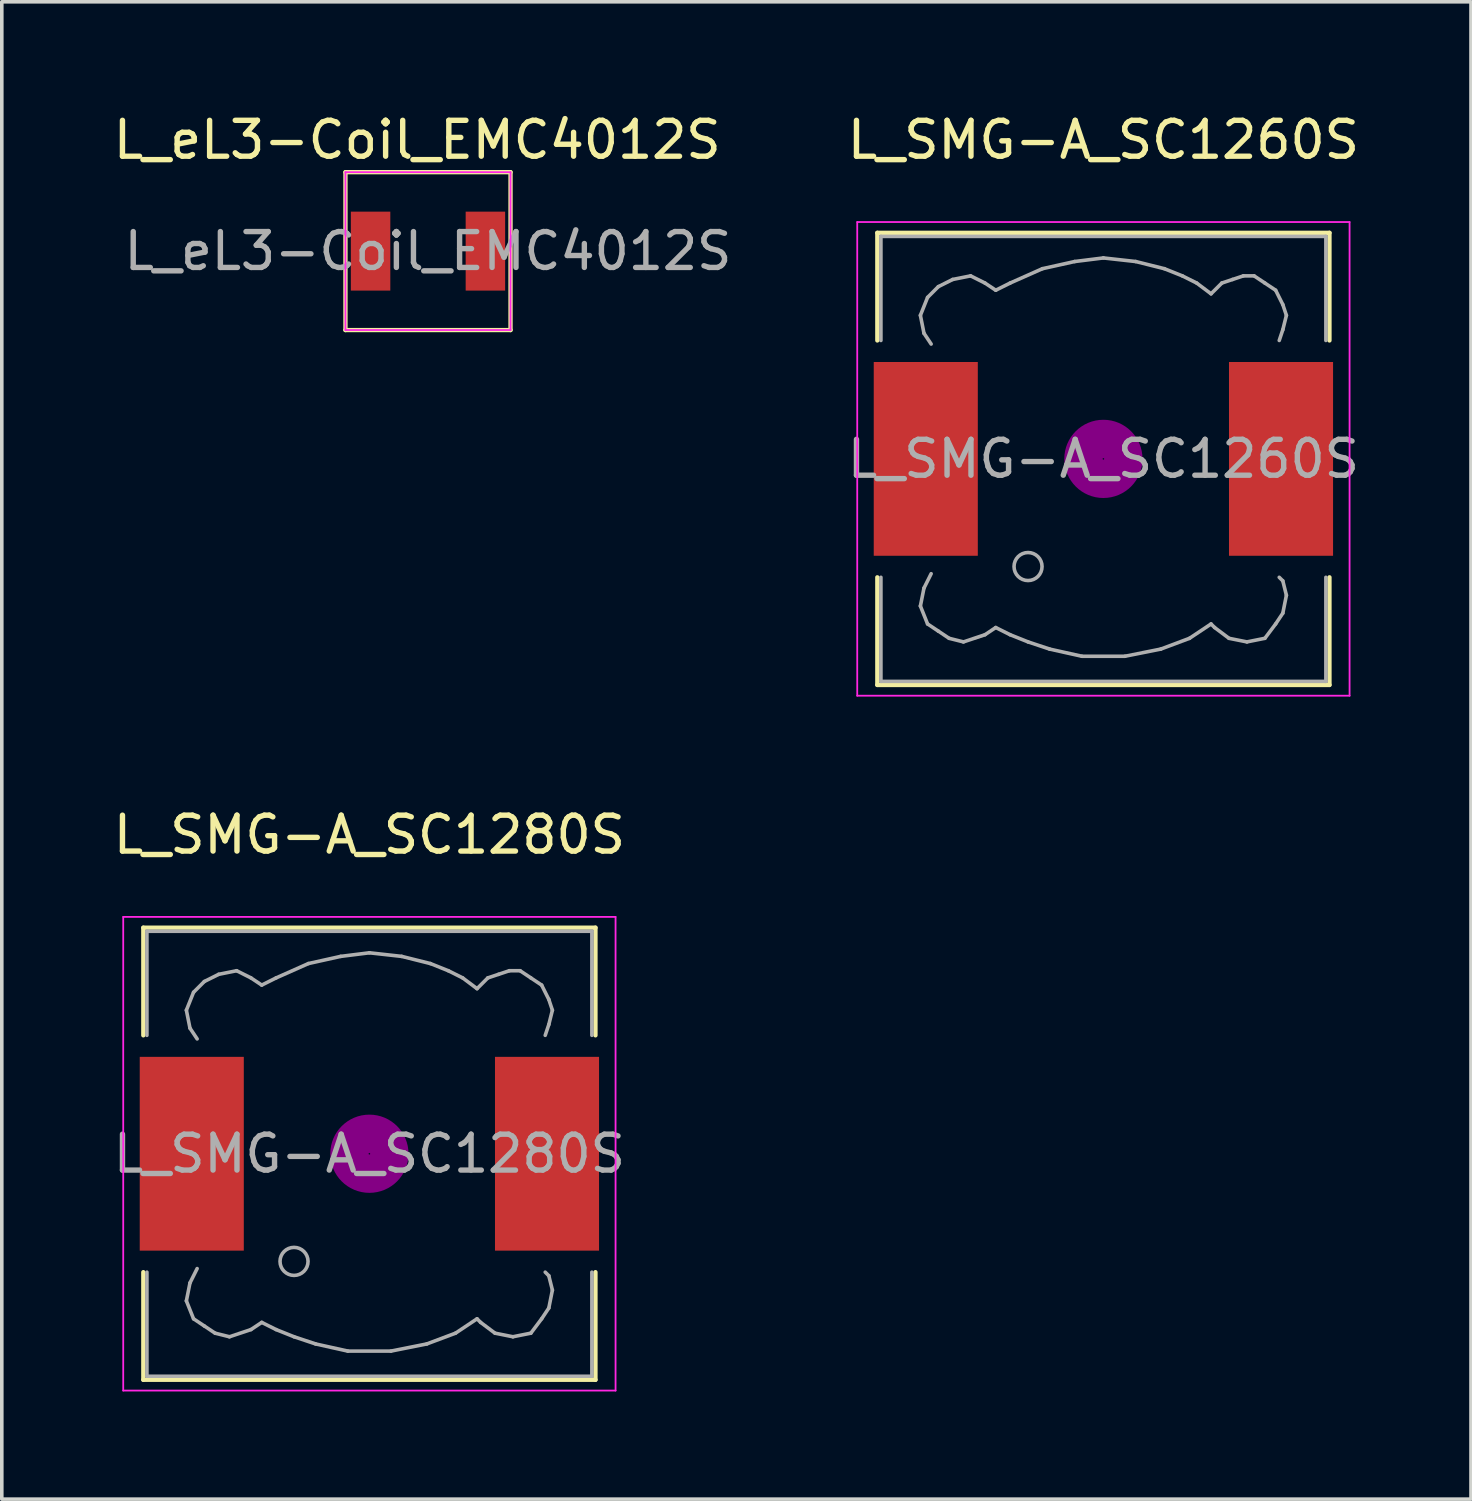
<source format=kicad_pcb>
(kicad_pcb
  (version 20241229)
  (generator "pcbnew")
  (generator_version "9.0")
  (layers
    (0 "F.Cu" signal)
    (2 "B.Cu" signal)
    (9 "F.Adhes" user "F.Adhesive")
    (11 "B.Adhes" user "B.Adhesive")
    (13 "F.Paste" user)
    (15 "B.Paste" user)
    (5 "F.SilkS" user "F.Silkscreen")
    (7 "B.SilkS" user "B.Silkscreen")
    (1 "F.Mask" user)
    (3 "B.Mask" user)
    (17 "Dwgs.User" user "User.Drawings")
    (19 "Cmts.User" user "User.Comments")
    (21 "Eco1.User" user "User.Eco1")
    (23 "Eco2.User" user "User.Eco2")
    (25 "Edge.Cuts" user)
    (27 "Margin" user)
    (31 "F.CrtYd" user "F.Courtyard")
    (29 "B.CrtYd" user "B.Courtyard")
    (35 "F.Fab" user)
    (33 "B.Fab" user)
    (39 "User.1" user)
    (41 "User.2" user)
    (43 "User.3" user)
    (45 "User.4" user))
  (footprint "L_eL3-Coil_EMC4012S"
    (layer "F.Cu")
    (at 8.877 3.948)
    (property "Reference" "L_eL3-Coil_EMC4012S" (at -0.3 -3.1 0) (layer "F.SilkS") (effects (font (size 1 1) (thickness 0.15))))
    (attr smd)
    (fp_line (start -2.3 -2.2) (end 2.3 -2.2) (stroke (width 0.12) (type solid)) (layer "F.SilkS"))
    (fp_line (start -2.3 2.2) (end -2.3 -2.2) (stroke (width 0.12) (type solid)) (layer "F.SilkS"))
    (fp_line (start -2.3 2.2) (end 2.3 2.2) (stroke (width 0.12) (type solid)) (layer "F.SilkS"))
    (fp_line (start 2.3 -2.2) (end 2.3 2.2) (stroke (width 0.12) (type solid)) (layer "F.SilkS"))
    (fp_line (start -2.3 -2.2) (end 2.3 -2.2) (stroke (width 0.05) (type solid)) (layer "F.CrtYd"))
    (fp_line (start -2.3 2.2) (end -2.3 -2.2) (stroke (width 0.05) (type solid)) (layer "F.CrtYd"))
    (fp_line (start 2.3 -2.2) (end 2.3 2.2) (stroke (width 0.05) (type solid)) (layer "F.CrtYd"))
    (fp_line (start 2.3 2.2) (end -2.3 2.2) (stroke (width 0.05) (type solid)) (layer "F.CrtYd"))
    (fp_text user "${REFERENCE}" (at 0 0 0) (layer "F.Fab") (effects (font (size 1 1) (thickness 0.15))))
    (pad "1" smd rect (at -1.6 0) (size 1.1 2.2) (layers "F.Cu" "F.Mask" "F.Paste"))
    (pad "2" smd rect (at 1.6 0) (size 1.1 2.2) (layers "F.Cu" "F.Mask" "F.Paste")))
  (footprint "L_SMG-A_SC1280S"
    (layer "F.Cu")
    (at 7.244 29.102)
    (property "Reference" "L_SMG-A_SC1280S" (at 0 -8.89 0) (layer "F.SilkS") (effects (font (size 1 1) (thickness 0.15))))
    (attr smd)
    (fp_line (start -6.3 -6.3) (end 6.3 -6.3) (stroke (width 0.12) (type solid)) (layer "F.SilkS"))
    (fp_line (start -6.3 -3.3) (end -6.3 -6.3) (stroke (width 0.12) (type solid)) (layer "F.SilkS"))
    (fp_line (start -6.3 6.3) (end -6.3 3.3) (stroke (width 0.12) (type solid)) (layer "F.SilkS"))
    (fp_line (start 6.3 -6.3) (end 6.3 -3.3) (stroke (width 0.12) (type solid)) (layer "F.SilkS"))
    (fp_line (start 6.3 3.3) (end 6.3 6.3) (stroke (width 0.12) (type solid)) (layer "F.SilkS"))
    (fp_line (start 6.3 6.3) (end -6.3 6.3) (stroke (width 0.12) (type solid)) (layer "F.SilkS"))
    (fp_circle (center 0 0) (end 0.15 0.15) (stroke (width 0.38) (type solid)) (fill no) (layer "F.Adhes"))
    (fp_circle (center 0 0) (end 0.55 0) (stroke (width 0.38) (type solid)) (fill no) (layer "F.Adhes"))
    (fp_circle (center 0 0) (end 0.9 0) (stroke (width 0.38) (type solid)) (fill no) (layer "F.Adhes"))
    (fp_line (start -6.86 -6.6) (end 6.86 -6.6) (stroke (width 0.05) (type solid)) (layer "F.CrtYd"))
    (fp_line (start -6.86 6.6) (end -6.86 -6.6) (stroke (width 0.05) (type solid)) (layer "F.CrtYd"))
    (fp_line (start 6.86 -6.6) (end 6.86 6.6) (stroke (width 0.05) (type solid)) (layer "F.CrtYd"))
    (fp_line (start 6.86 6.6) (end -6.86 6.6) (stroke (width 0.05) (type solid)) (layer "F.CrtYd"))
    (fp_line (start -6.2 -6.2) (end -6.2 -3.3) (stroke (width 0.1) (type solid)) (layer "F.Fab"))
    (fp_line (start -6.2 3.3) (end -6.2 6.2) (stroke (width 0.1) (type solid)) (layer "F.Fab"))
    (fp_line (start -6.2 6.2) (end 6.2 6.2) (stroke (width 0.1) (type solid)) (layer "F.Fab"))
    (fp_line (start -5.1 -4) (end -5 -3.5) (stroke (width 0.1) (type solid)) (layer "F.Fab"))
    (fp_line (start -5.1 4.1) (end -5 3.6) (stroke (width 0.1) (type solid)) (layer "F.Fab"))
    (fp_line (start -5 -3.5) (end -4.8 -3.2) (stroke (width 0.1) (type solid)) (layer "F.Fab"))
    (fp_line (start -5 3.6) (end -4.8 3.2) (stroke (width 0.1) (type solid)) (layer "F.Fab"))
    (fp_line (start -4.9 -4.5) (end -5.1 -4) (stroke (width 0.1) (type solid)) (layer "F.Fab"))
    (fp_line (start -4.9 4.6) (end -5.1 4.1) (stroke (width 0.1) (type solid)) (layer "F.Fab"))
    (fp_line (start -4.6 -4.8) (end -4.9 -4.5) (stroke (width 0.1) (type solid)) (layer "F.Fab"))
    (fp_line (start -4.6 4.8) (end -4.9 4.6) (stroke (width 0.1) (type solid)) (layer "F.Fab"))
    (fp_line (start -4.3 5) (end -4.6 4.8) (stroke (width 0.1) (type solid)) (layer "F.Fab"))
    (fp_line (start -4.2 -5) (end -4.6 -4.8) (stroke (width 0.1) (type solid)) (layer "F.Fab"))
    (fp_line (start -3.9 5.1) (end -4.3 5) (stroke (width 0.1) (type solid)) (layer "F.Fab"))
    (fp_line (start -3.7 -5.1) (end -4.2 -5) (stroke (width 0.1) (type solid)) (layer "F.Fab"))
    (fp_line (start -3.3 -4.9) (end -3.7 -5.1) (stroke (width 0.1) (type solid)) (layer "F.Fab"))
    (fp_line (start -3.3 4.9) (end -3.9 5.1) (stroke (width 0.1) (type solid)) (layer "F.Fab"))
    (fp_line (start -3 -4.7) (end -3.3 -4.9) (stroke (width 0.1) (type solid)) (layer "F.Fab"))
    (fp_line (start -3 4.7) (end -3.3 4.9) (stroke (width 0.1) (type solid)) (layer "F.Fab"))
    (fp_line (start -2.6 -4.9) (end -3 -4.7) (stroke (width 0.1) (type solid)) (layer "F.Fab"))
    (fp_line (start -2.6 4.9) (end -3 4.7) (stroke (width 0.1) (type solid)) (layer "F.Fab"))
    (fp_line (start -2.1 5.1) (end -2.6 4.9) (stroke (width 0.1) (type solid)) (layer "F.Fab"))
    (fp_line (start -1.7 -5.3) (end -2.6 -4.9) (stroke (width 0.1) (type solid)) (layer "F.Fab"))
    (fp_line (start -1.5 5.3) (end -2.1 5.1) (stroke (width 0.1) (type solid)) (layer "F.Fab"))
    (fp_line (start -0.8 -5.5) (end -1.7 -5.3) (stroke (width 0.1) (type solid)) (layer "F.Fab"))
    (fp_line (start -0.6 5.5) (end -1.5 5.3) (stroke (width 0.1) (type solid)) (layer "F.Fab"))
    (fp_line (start 0 -5.6) (end -0.8 -5.5) (stroke (width 0.1) (type solid)) (layer "F.Fab"))
    (fp_line (start 0.6 5.5) (end -0.6 5.5) (stroke (width 0.1) (type solid)) (layer "F.Fab"))
    (fp_line (start 0.9 -5.5) (end 0 -5.6) (stroke (width 0.1) (type solid)) (layer "F.Fab"))
    (fp_line (start 1.6 5.3) (end 0.6 5.5) (stroke (width 0.1) (type solid)) (layer "F.Fab"))
    (fp_line (start 1.7 -5.3) (end 0.9 -5.5) (stroke (width 0.1) (type solid)) (layer "F.Fab"))
    (fp_line (start 2.2 -5.1) (end 1.7 -5.3) (stroke (width 0.1) (type solid)) (layer "F.Fab"))
    (fp_line (start 2.4 5) (end 1.6 5.3) (stroke (width 0.1) (type solid)) (layer "F.Fab"))
    (fp_line (start 2.6 -4.9) (end 2.2 -5.1) (stroke (width 0.1) (type solid)) (layer "F.Fab"))
    (fp_line (start 3 -4.6) (end 2.6 -4.9) (stroke (width 0.1) (type solid)) (layer "F.Fab"))
    (fp_line (start 3 4.6) (end 2.4 5) (stroke (width 0.1) (type solid)) (layer "F.Fab"))
    (fp_line (start 3.1 4.7) (end 3 4.6) (stroke (width 0.1) (type solid)) (layer "F.Fab"))
    (fp_line (start 3.3 -4.9) (end 3 -4.6) (stroke (width 0.1) (type solid)) (layer "F.Fab"))
    (fp_line (start 3.5 5) (end 3.1 4.7) (stroke (width 0.1) (type solid)) (layer "F.Fab"))
    (fp_line (start 3.6 -5) (end 3.3 -4.9) (stroke (width 0.1) (type solid)) (layer "F.Fab"))
    (fp_line (start 3.9 -5.1) (end 3.6 -5) (stroke (width 0.1) (type solid)) (layer "F.Fab"))
    (fp_line (start 4 5.1) (end 3.5 5) (stroke (width 0.1) (type solid)) (layer "F.Fab"))
    (fp_line (start 4.2 -5.1) (end 3.9 -5.1) (stroke (width 0.1) (type solid)) (layer "F.Fab"))
    (fp_line (start 4.5 -4.9) (end 4.2 -5.1) (stroke (width 0.1) (type solid)) (layer "F.Fab"))
    (fp_line (start 4.5 5) (end 4 5.1) (stroke (width 0.1) (type solid)) (layer "F.Fab"))
    (fp_line (start 4.8 -4.7) (end 4.5 -4.9) (stroke (width 0.1) (type solid)) (layer "F.Fab"))
    (fp_line (start 4.8 4.6) (end 4.5 5) (stroke (width 0.1) (type solid)) (layer "F.Fab"))
    (fp_line (start 4.9 -3.3) (end 5 -3.6) (stroke (width 0.1) (type solid)) (layer "F.Fab"))
    (fp_line (start 4.9 3.3) (end 5 3.4) (stroke (width 0.1) (type solid)) (layer "F.Fab"))
    (fp_line (start 5 -4.3) (end 4.8 -4.7) (stroke (width 0.1) (type solid)) (layer "F.Fab"))
    (fp_line (start 5 -3.6) (end 5.1 -4) (stroke (width 0.1) (type solid)) (layer "F.Fab"))
    (fp_line (start 5 3.4) (end 5.1 3.8) (stroke (width 0.1) (type solid)) (layer "F.Fab"))
    (fp_line (start 5 4.3) (end 4.8 4.6) (stroke (width 0.1) (type solid)) (layer "F.Fab"))
    (fp_line (start 5.1 -4) (end 5 -4.3) (stroke (width 0.1) (type solid)) (layer "F.Fab"))
    (fp_line (start 5.1 3.8) (end 5 4.3) (stroke (width 0.1) (type solid)) (layer "F.Fab"))
    (fp_line (start 6.2 -6.2) (end -6.2 -6.2) (stroke (width 0.1) (type solid)) (layer "F.Fab"))
    (fp_line (start 6.2 -6.2) (end 6.2 -3.3) (stroke (width 0.1) (type solid)) (layer "F.Fab"))
    (fp_line (start 6.2 6.2) (end 6.2 3.3) (stroke (width 0.1) (type solid)) (layer "F.Fab"))
    (fp_circle (center -2.1 3) (end -1.8 3.25) (stroke (width 0.1) (type solid)) (fill no) (layer "F.Fab"))
    (fp_text user "${REFERENCE}" (at 0 0 0) (layer "F.Fab") (effects (font (size 1 1) (thickness 0.15))))
    (pad "1" smd rect (at -4.95 0) (size 2.9 5.4) (layers "F.Cu" "F.Mask" "F.Paste"))
    (pad "2" smd rect (at 4.95 0) (size 2.9 5.4) (layers "F.Cu" "F.Mask" "F.Paste")))
  (footprint "L_SMG-A_SC1260S"
    (layer "F.Cu")
    (at 27.699 9.738)
    (property "Reference" "L_SMG-A_SC1260S" (at 0 -8.89 0) (layer "F.SilkS") (effects (font (size 1 1) (thickness 0.15))))
    (attr smd)
    (fp_line (start -6.3 -6.3) (end 6.3 -6.3) (stroke (width 0.12) (type solid)) (layer "F.SilkS"))
    (fp_line (start -6.3 -3.3) (end -6.3 -6.3) (stroke (width 0.12) (type solid)) (layer "F.SilkS"))
    (fp_line (start -6.3 6.3) (end -6.3 3.3) (stroke (width 0.12) (type solid)) (layer "F.SilkS"))
    (fp_line (start 6.3 -6.3) (end 6.3 -3.3) (stroke (width 0.12) (type solid)) (layer "F.SilkS"))
    (fp_line (start 6.3 3.3) (end 6.3 6.3) (stroke (width 0.12) (type solid)) (layer "F.SilkS"))
    (fp_line (start 6.3 6.3) (end -6.3 6.3) (stroke (width 0.12) (type solid)) (layer "F.SilkS"))
    (fp_circle (center 0 0) (end 0.15 0.15) (stroke (width 0.38) (type solid)) (fill no) (layer "F.Adhes"))
    (fp_circle (center 0 0) (end 0.55 0) (stroke (width 0.38) (type solid)) (fill no) (layer "F.Adhes"))
    (fp_circle (center 0 0) (end 0.9 0) (stroke (width 0.38) (type solid)) (fill no) (layer "F.Adhes"))
    (fp_line (start -6.86 -6.6) (end 6.86 -6.6) (stroke (width 0.05) (type solid)) (layer "F.CrtYd"))
    (fp_line (start -6.86 6.6) (end -6.86 -6.6) (stroke (width 0.05) (type solid)) (layer "F.CrtYd"))
    (fp_line (start 6.86 -6.6) (end 6.86 6.6) (stroke (width 0.05) (type solid)) (layer "F.CrtYd"))
    (fp_line (start 6.86 6.6) (end -6.86 6.6) (stroke (width 0.05) (type solid)) (layer "F.CrtYd"))
    (fp_line (start -6.2 -6.2) (end -6.2 -3.3) (stroke (width 0.1) (type solid)) (layer "F.Fab"))
    (fp_line (start -6.2 3.3) (end -6.2 6.2) (stroke (width 0.1) (type solid)) (layer "F.Fab"))
    (fp_line (start -6.2 6.2) (end 6.2 6.2) (stroke (width 0.1) (type solid)) (layer "F.Fab"))
    (fp_line (start -5.1 -4) (end -5 -3.5) (stroke (width 0.1) (type solid)) (layer "F.Fab"))
    (fp_line (start -5.1 4.1) (end -5 3.6) (stroke (width 0.1) (type solid)) (layer "F.Fab"))
    (fp_line (start -5 -3.5) (end -4.8 -3.2) (stroke (width 0.1) (type solid)) (layer "F.Fab"))
    (fp_line (start -5 3.6) (end -4.8 3.2) (stroke (width 0.1) (type solid)) (layer "F.Fab"))
    (fp_line (start -4.9 -4.5) (end -5.1 -4) (stroke (width 0.1) (type solid)) (layer "F.Fab"))
    (fp_line (start -4.9 4.6) (end -5.1 4.1) (stroke (width 0.1) (type solid)) (layer "F.Fab"))
    (fp_line (start -4.6 -4.8) (end -4.9 -4.5) (stroke (width 0.1) (type solid)) (layer "F.Fab"))
    (fp_line (start -4.6 4.8) (end -4.9 4.6) (stroke (width 0.1) (type solid)) (layer "F.Fab"))
    (fp_line (start -4.3 5) (end -4.6 4.8) (stroke (width 0.1) (type solid)) (layer "F.Fab"))
    (fp_line (start -4.2 -5) (end -4.6 -4.8) (stroke (width 0.1) (type solid)) (layer "F.Fab"))
    (fp_line (start -3.9 5.1) (end -4.3 5) (stroke (width 0.1) (type solid)) (layer "F.Fab"))
    (fp_line (start -3.7 -5.1) (end -4.2 -5) (stroke (width 0.1) (type solid)) (layer "F.Fab"))
    (fp_line (start -3.3 -4.9) (end -3.7 -5.1) (stroke (width 0.1) (type solid)) (layer "F.Fab"))
    (fp_line (start -3.3 4.9) (end -3.9 5.1) (stroke (width 0.1) (type solid)) (layer "F.Fab"))
    (fp_line (start -3 -4.7) (end -3.3 -4.9) (stroke (width 0.1) (type solid)) (layer "F.Fab"))
    (fp_line (start -3 4.7) (end -3.3 4.9) (stroke (width 0.1) (type solid)) (layer "F.Fab"))
    (fp_line (start -2.6 -4.9) (end -3 -4.7) (stroke (width 0.1) (type solid)) (layer "F.Fab"))
    (fp_line (start -2.6 4.9) (end -3 4.7) (stroke (width 0.1) (type solid)) (layer "F.Fab"))
    (fp_line (start -2.1 5.1) (end -2.6 4.9) (stroke (width 0.1) (type solid)) (layer "F.Fab"))
    (fp_line (start -1.7 -5.3) (end -2.6 -4.9) (stroke (width 0.1) (type solid)) (layer "F.Fab"))
    (fp_line (start -1.5 5.3) (end -2.1 5.1) (stroke (width 0.1) (type solid)) (layer "F.Fab"))
    (fp_line (start -0.8 -5.5) (end -1.7 -5.3) (stroke (width 0.1) (type solid)) (layer "F.Fab"))
    (fp_line (start -0.6 5.5) (end -1.5 5.3) (stroke (width 0.1) (type solid)) (layer "F.Fab"))
    (fp_line (start 0 -5.6) (end -0.8 -5.5) (stroke (width 0.1) (type solid)) (layer "F.Fab"))
    (fp_line (start 0.6 5.5) (end -0.6 5.5) (stroke (width 0.1) (type solid)) (layer "F.Fab"))
    (fp_line (start 0.9 -5.5) (end 0 -5.6) (stroke (width 0.1) (type solid)) (layer "F.Fab"))
    (fp_line (start 1.6 5.3) (end 0.6 5.5) (stroke (width 0.1) (type solid)) (layer "F.Fab"))
    (fp_line (start 1.7 -5.3) (end 0.9 -5.5) (stroke (width 0.1) (type solid)) (layer "F.Fab"))
    (fp_line (start 2.2 -5.1) (end 1.7 -5.3) (stroke (width 0.1) (type solid)) (layer "F.Fab"))
    (fp_line (start 2.4 5) (end 1.6 5.3) (stroke (width 0.1) (type solid)) (layer "F.Fab"))
    (fp_line (start 2.6 -4.9) (end 2.2 -5.1) (stroke (width 0.1) (type solid)) (layer "F.Fab"))
    (fp_line (start 3 -4.6) (end 2.6 -4.9) (stroke (width 0.1) (type solid)) (layer "F.Fab"))
    (fp_line (start 3 4.6) (end 2.4 5) (stroke (width 0.1) (type solid)) (layer "F.Fab"))
    (fp_line (start 3.1 4.7) (end 3 4.6) (stroke (width 0.1) (type solid)) (layer "F.Fab"))
    (fp_line (start 3.3 -4.9) (end 3 -4.6) (stroke (width 0.1) (type solid)) (layer "F.Fab"))
    (fp_line (start 3.5 5) (end 3.1 4.7) (stroke (width 0.1) (type solid)) (layer "F.Fab"))
    (fp_line (start 3.6 -5) (end 3.3 -4.9) (stroke (width 0.1) (type solid)) (layer "F.Fab"))
    (fp_line (start 3.9 -5.1) (end 3.6 -5) (stroke (width 0.1) (type solid)) (layer "F.Fab"))
    (fp_line (start 4 5.1) (end 3.5 5) (stroke (width 0.1) (type solid)) (layer "F.Fab"))
    (fp_line (start 4.2 -5.1) (end 3.9 -5.1) (stroke (width 0.1) (type solid)) (layer "F.Fab"))
    (fp_line (start 4.5 -4.9) (end 4.2 -5.1) (stroke (width 0.1) (type solid)) (layer "F.Fab"))
    (fp_line (start 4.5 5) (end 4 5.1) (stroke (width 0.1) (type solid)) (layer "F.Fab"))
    (fp_line (start 4.8 -4.7) (end 4.5 -4.9) (stroke (width 0.1) (type solid)) (layer "F.Fab"))
    (fp_line (start 4.8 4.6) (end 4.5 5) (stroke (width 0.1) (type solid)) (layer "F.Fab"))
    (fp_line (start 4.9 -3.3) (end 5 -3.6) (stroke (width 0.1) (type solid)) (layer "F.Fab"))
    (fp_line (start 4.9 3.3) (end 5 3.4) (stroke (width 0.1) (type solid)) (layer "F.Fab"))
    (fp_line (start 5 -4.3) (end 4.8 -4.7) (stroke (width 0.1) (type solid)) (layer "F.Fab"))
    (fp_line (start 5 -3.6) (end 5.1 -4) (stroke (width 0.1) (type solid)) (layer "F.Fab"))
    (fp_line (start 5 3.4) (end 5.1 3.8) (stroke (width 0.1) (type solid)) (layer "F.Fab"))
    (fp_line (start 5 4.3) (end 4.8 4.6) (stroke (width 0.1) (type solid)) (layer "F.Fab"))
    (fp_line (start 5.1 -4) (end 5 -4.3) (stroke (width 0.1) (type solid)) (layer "F.Fab"))
    (fp_line (start 5.1 3.8) (end 5 4.3) (stroke (width 0.1) (type solid)) (layer "F.Fab"))
    (fp_line (start 6.2 -6.2) (end -6.2 -6.2) (stroke (width 0.1) (type solid)) (layer "F.Fab"))
    (fp_line (start 6.2 -6.2) (end 6.2 -3.3) (stroke (width 0.1) (type solid)) (layer "F.Fab"))
    (fp_line (start 6.2 6.2) (end 6.2 3.3) (stroke (width 0.1) (type solid)) (layer "F.Fab"))
    (fp_circle (center -2.1 3) (end -1.8 3.25) (stroke (width 0.1) (type solid)) (fill no) (layer "F.Fab"))
    (fp_text user "${REFERENCE}" (at 0 0 0) (layer "F.Fab") (effects (font (size 1 1) (thickness 0.15))))
    (pad "1" smd rect (at -4.95 0) (size 2.9 5.4) (layers "F.Cu" "F.Mask" "F.Paste"))
    (pad "2" smd rect (at 4.95 0) (size 2.9 5.4) (layers "F.Cu" "F.Mask" "F.Paste")))
  (gr_rect
    (start -3 -3)
    (end 37.943 38.727)
    (stroke (width 0.1) (type default))
    (fill no)
    (layer "Edge.Cuts")))
</source>
